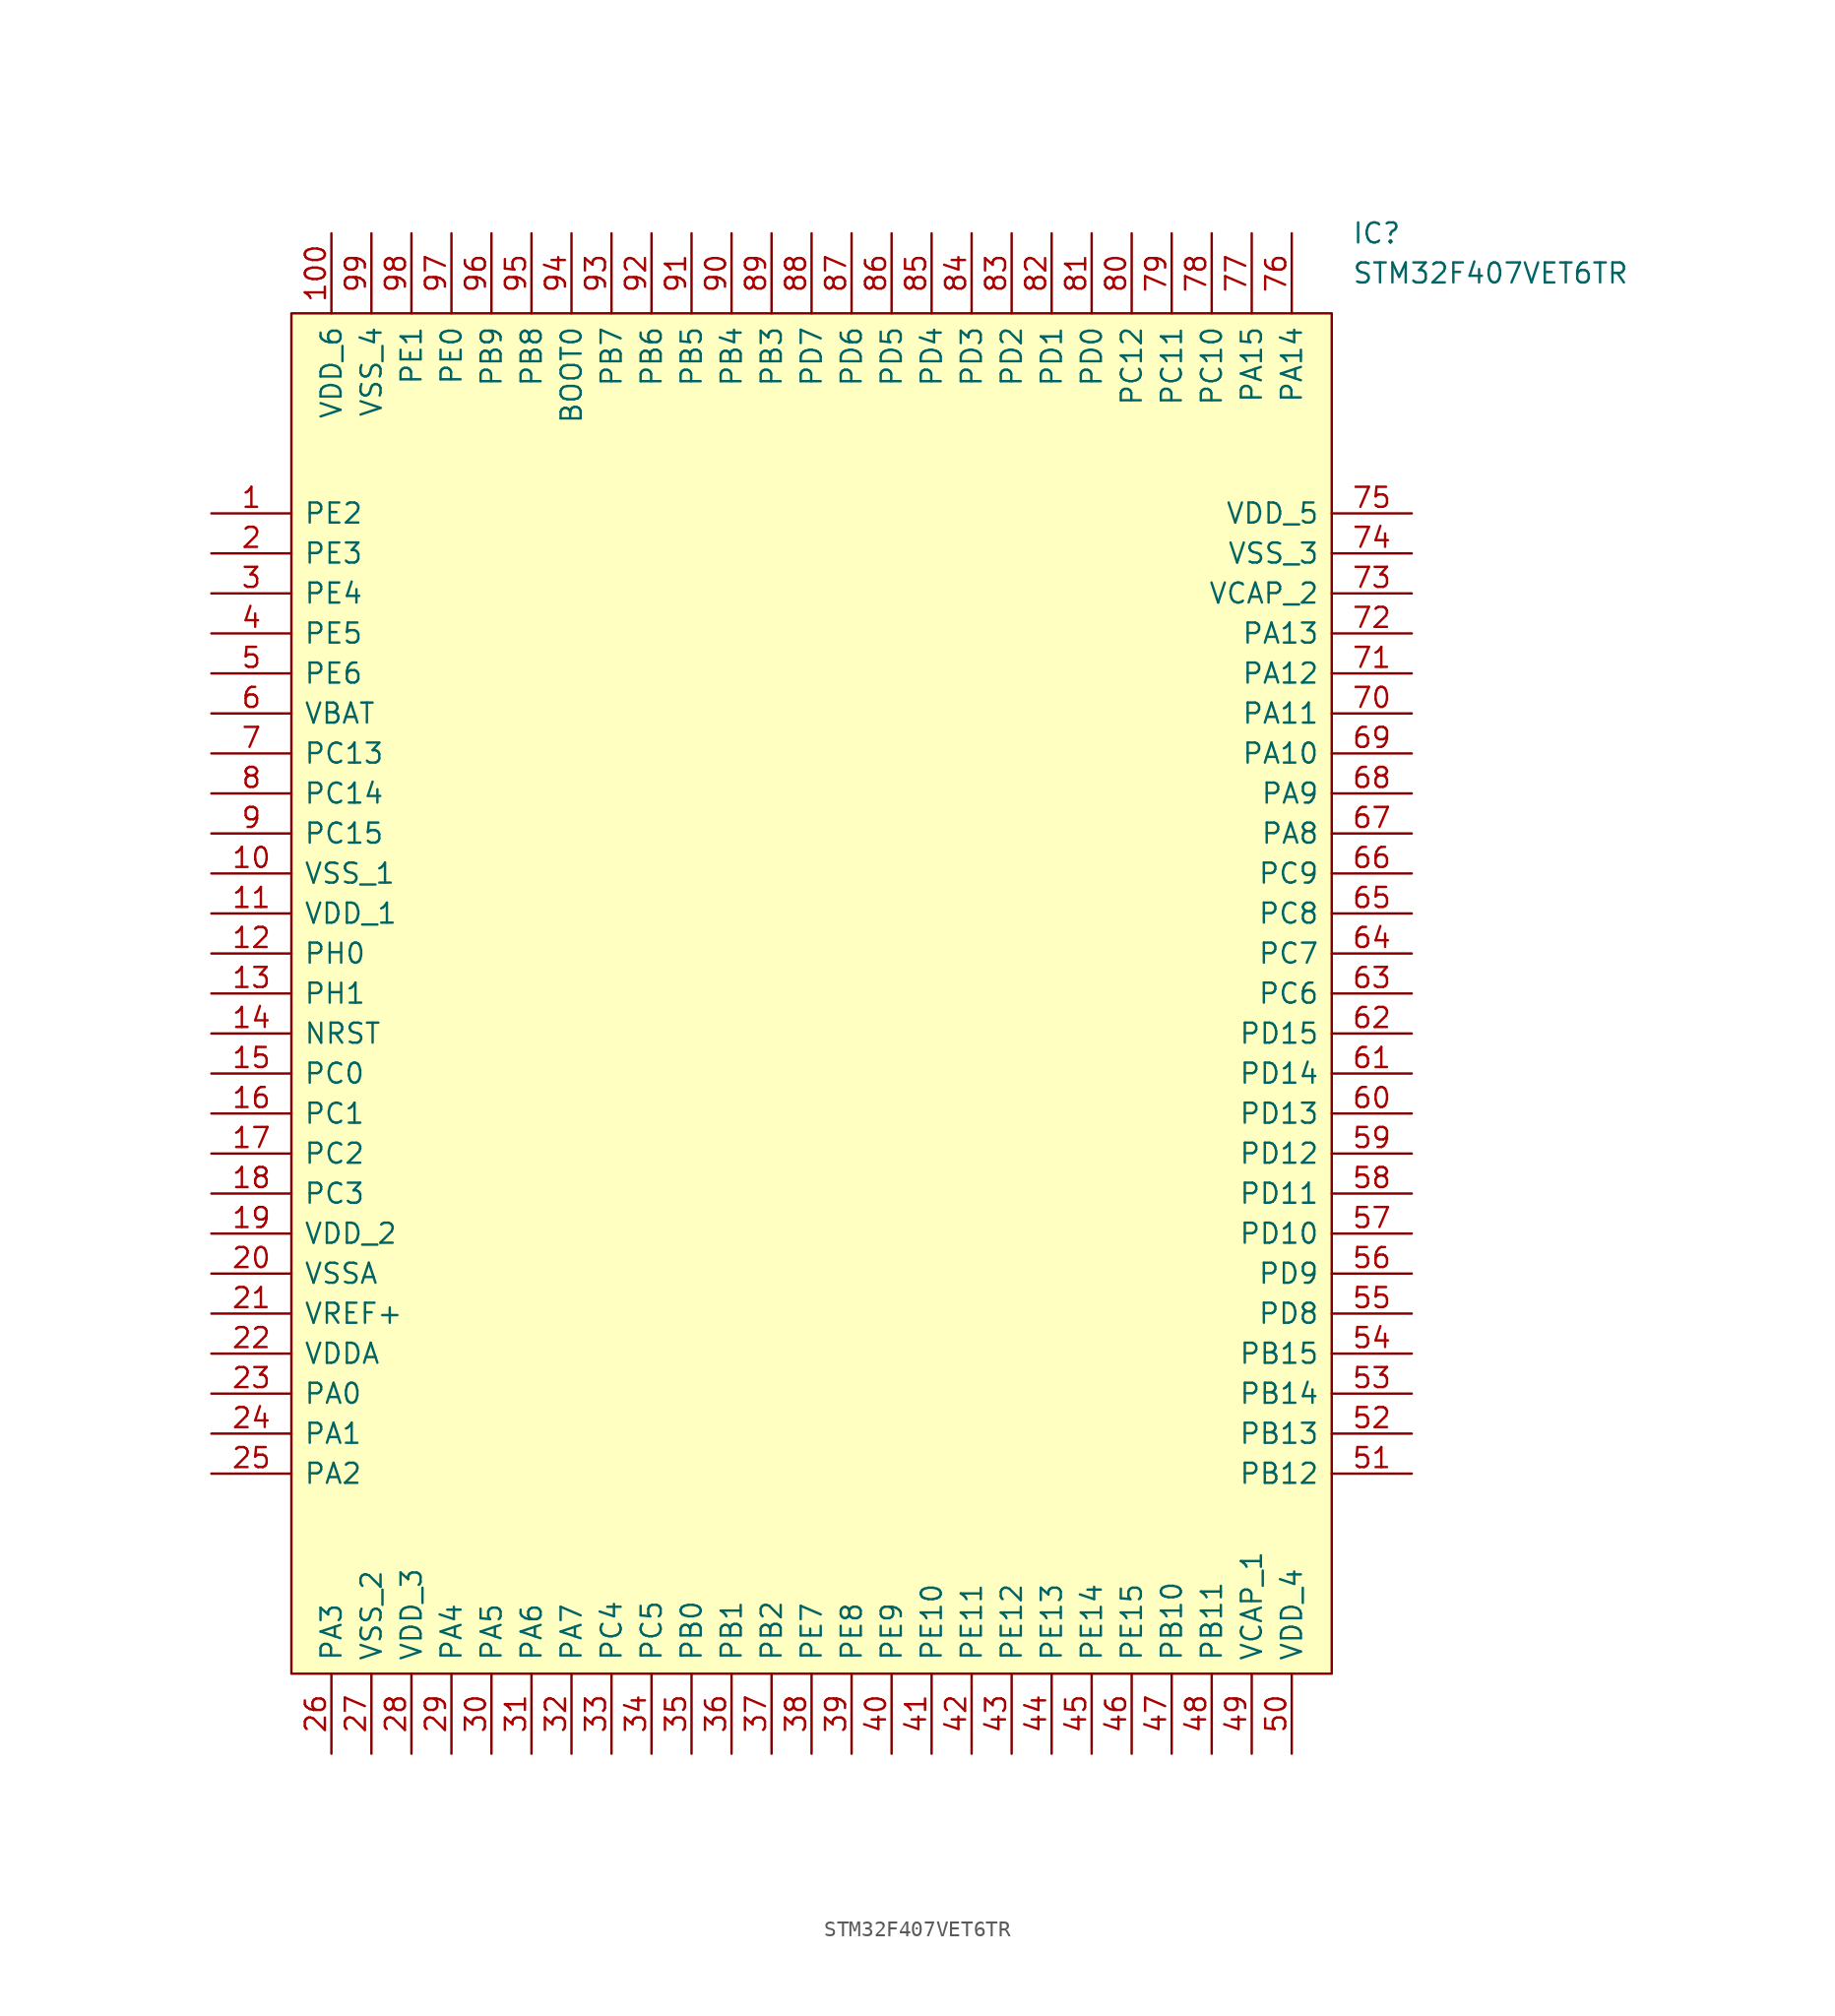
<source format=kicad_sym>
(kicad_symbol_lib
  (version 20220914)
  (generator kicad_symbol_editor)
  (symbol "STM32F407VET6TR"
    (pin_names
      (offset 0.762))
    (property "Reference" "IC"
      (at 72.39 17.78 0)
      (effects (font (size 1.27 1.27)) (justify left)))
    (property "Value" "STM32F407VET6TR"
      (at 72.39 15.24 0)
      (effects (font (size 1.27 1.27)) (justify left)))
    (symbol "STM32F407VET6TR_0_0"
      (pin passive line (at 0 0 0) (length 5.08) (name "PE2" (effects (font (size 1.27 1.27)))) (number "1" (effects (font (size 1.27 1.27)))))
      (pin passive line (at 0 -22.86 0) (length 5.08) (name "VSS_1" (effects (font (size 1.27 1.27)))) (number "10" (effects (font (size 1.27 1.27)))))
      (pin passive line (at 7.62 17.78 270) (length 5.08) (name "VDD_6" (effects (font (size 1.27 1.27)))) (number "100" (effects (font (size 1.27 1.27)))))
      (pin passive line (at 0 -25.4 0) (length 5.08) (name "VDD_1" (effects (font (size 1.27 1.27)))) (number "11" (effects (font (size 1.27 1.27)))))
      (pin passive line (at 0 -27.94 0) (length 5.08) (name "PH0" (effects (font (size 1.27 1.27)))) (number "12" (effects (font (size 1.27 1.27)))))
      (pin passive line (at 0 -30.48 0) (length 5.08) (name "PH1" (effects (font (size 1.27 1.27)))) (number "13" (effects (font (size 1.27 1.27)))))
      (pin passive line (at 0 -33.02 0) (length 5.08) (name "NRST" (effects (font (size 1.27 1.27)))) (number "14" (effects (font (size 1.27 1.27)))))
      (pin passive line (at 0 -35.56 0) (length 5.08) (name "PC0" (effects (font (size 1.27 1.27)))) (number "15" (effects (font (size 1.27 1.27)))))
      (pin passive line (at 0 -38.1 0) (length 5.08) (name "PC1" (effects (font (size 1.27 1.27)))) (number "16" (effects (font (size 1.27 1.27)))))
      (pin passive line (at 0 -40.64 0) (length 5.08) (name "PC2" (effects (font (size 1.27 1.27)))) (number "17" (effects (font (size 1.27 1.27)))))
      (pin passive line (at 0 -43.18 0) (length 5.08) (name "PC3" (effects (font (size 1.27 1.27)))) (number "18" (effects (font (size 1.27 1.27)))))
      (pin passive line (at 0 -45.72 0) (length 5.08) (name "VDD_2" (effects (font (size 1.27 1.27)))) (number "19" (effects (font (size 1.27 1.27)))))
      (pin passive line (at 0 -2.54 0) (length 5.08) (name "PE3" (effects (font (size 1.27 1.27)))) (number "2" (effects (font (size 1.27 1.27)))))
      (pin passive line (at 0 -48.26 0) (length 5.08) (name "VSSA" (effects (font (size 1.27 1.27)))) (number "20" (effects (font (size 1.27 1.27)))))
      (pin passive line (at 0 -50.8 0) (length 5.08) (name "VREF+" (effects (font (size 1.27 1.27)))) (number "21" (effects (font (size 1.27 1.27)))))
      (pin passive line (at 0 -53.34 0) (length 5.08) (name "VDDA" (effects (font (size 1.27 1.27)))) (number "22" (effects (font (size 1.27 1.27)))))
      (pin passive line (at 0 -55.88 0) (length 5.08) (name "PA0" (effects (font (size 1.27 1.27)))) (number "23" (effects (font (size 1.27 1.27)))))
      (pin passive line (at 0 -58.42 0) (length 5.08) (name "PA1" (effects (font (size 1.27 1.27)))) (number "24" (effects (font (size 1.27 1.27)))))
      (pin passive line (at 0 -60.96 0) (length 5.08) (name "PA2" (effects (font (size 1.27 1.27)))) (number "25" (effects (font (size 1.27 1.27)))))
      (pin passive line (at 7.62 -78.74 90) (length 5.08) (name "PA3" (effects (font (size 1.27 1.27)))) (number "26" (effects (font (size 1.27 1.27)))))
      (pin passive line (at 10.16 -78.74 90) (length 5.08) (name "VSS_2" (effects (font (size 1.27 1.27)))) (number "27" (effects (font (size 1.27 1.27)))))
      (pin passive line (at 12.7 -78.74 90) (length 5.08) (name "VDD_3" (effects (font (size 1.27 1.27)))) (number "28" (effects (font (size 1.27 1.27)))))
      (pin passive line (at 15.24 -78.74 90) (length 5.08) (name "PA4" (effects (font (size 1.27 1.27)))) (number "29" (effects (font (size 1.27 1.27)))))
      (pin passive line (at 0 -5.08 0) (length 5.08) (name "PE4" (effects (font (size 1.27 1.27)))) (number "3" (effects (font (size 1.27 1.27)))))
      (pin passive line (at 17.78 -78.74 90) (length 5.08) (name "PA5" (effects (font (size 1.27 1.27)))) (number "30" (effects (font (size 1.27 1.27)))))
      (pin passive line (at 20.32 -78.74 90) (length 5.08) (name "PA6" (effects (font (size 1.27 1.27)))) (number "31" (effects (font (size 1.27 1.27)))))
      (pin passive line (at 22.86 -78.74 90) (length 5.08) (name "PA7" (effects (font (size 1.27 1.27)))) (number "32" (effects (font (size 1.27 1.27)))))
      (pin passive line (at 25.4 -78.74 90) (length 5.08) (name "PC4" (effects (font (size 1.27 1.27)))) (number "33" (effects (font (size 1.27 1.27)))))
      (pin passive line (at 27.94 -78.74 90) (length 5.08) (name "PC5" (effects (font (size 1.27 1.27)))) (number "34" (effects (font (size 1.27 1.27)))))
      (pin passive line (at 30.48 -78.74 90) (length 5.08) (name "PB0" (effects (font (size 1.27 1.27)))) (number "35" (effects (font (size 1.27 1.27)))))
      (pin passive line (at 33.02 -78.74 90) (length 5.08) (name "PB1" (effects (font (size 1.27 1.27)))) (number "36" (effects (font (size 1.27 1.27)))))
      (pin passive line (at 35.56 -78.74 90) (length 5.08) (name "PB2" (effects (font (size 1.27 1.27)))) (number "37" (effects (font (size 1.27 1.27)))))
      (pin passive line (at 38.1 -78.74 90) (length 5.08) (name "PE7" (effects (font (size 1.27 1.27)))) (number "38" (effects (font (size 1.27 1.27)))))
      (pin passive line (at 40.64 -78.74 90) (length 5.08) (name "PE8" (effects (font (size 1.27 1.27)))) (number "39" (effects (font (size 1.27 1.27)))))
      (pin passive line (at 0 -7.62 0) (length 5.08) (name "PE5" (effects (font (size 1.27 1.27)))) (number "4" (effects (font (size 1.27 1.27)))))
      (pin passive line (at 43.18 -78.74 90) (length 5.08) (name "PE9" (effects (font (size 1.27 1.27)))) (number "40" (effects (font (size 1.27 1.27)))))
      (pin passive line (at 45.72 -78.74 90) (length 5.08) (name "PE10" (effects (font (size 1.27 1.27)))) (number "41" (effects (font (size 1.27 1.27)))))
      (pin passive line (at 48.26 -78.74 90) (length 5.08) (name "PE11" (effects (font (size 1.27 1.27)))) (number "42" (effects (font (size 1.27 1.27)))))
      (pin passive line (at 50.8 -78.74 90) (length 5.08) (name "PE12" (effects (font (size 1.27 1.27)))) (number "43" (effects (font (size 1.27 1.27)))))
      (pin passive line (at 53.34 -78.74 90) (length 5.08) (name "PE13" (effects (font (size 1.27 1.27)))) (number "44" (effects (font (size 1.27 1.27)))))
      (pin passive line (at 55.88 -78.74 90) (length 5.08) (name "PE14" (effects (font (size 1.27 1.27)))) (number "45" (effects (font (size 1.27 1.27)))))
      (pin passive line (at 58.42 -78.74 90) (length 5.08) (name "PE15" (effects (font (size 1.27 1.27)))) (number "46" (effects (font (size 1.27 1.27)))))
      (pin passive line (at 60.96 -78.74 90) (length 5.08) (name "PB10" (effects (font (size 1.27 1.27)))) (number "47" (effects (font (size 1.27 1.27)))))
      (pin passive line (at 63.5 -78.74 90) (length 5.08) (name "PB11" (effects (font (size 1.27 1.27)))) (number "48" (effects (font (size 1.27 1.27)))))
      (pin passive line (at 66.04 -78.74 90) (length 5.08) (name "VCAP_1" (effects (font (size 1.27 1.27)))) (number "49" (effects (font (size 1.27 1.27)))))
      (pin passive line (at 0 -10.16 0) (length 5.08) (name "PE6" (effects (font (size 1.27 1.27)))) (number "5" (effects (font (size 1.27 1.27)))))
      (pin passive line (at 68.58 -78.74 90) (length 5.08) (name "VDD_4" (effects (font (size 1.27 1.27)))) (number "50" (effects (font (size 1.27 1.27)))))
      (pin passive line (at 76.2 -60.96 180) (length 5.08) (name "PB12" (effects (font (size 1.27 1.27)))) (number "51" (effects (font (size 1.27 1.27)))))
      (pin passive line (at 76.2 -58.42 180) (length 5.08) (name "PB13" (effects (font (size 1.27 1.27)))) (number "52" (effects (font (size 1.27 1.27)))))
      (pin passive line (at 76.2 -55.88 180) (length 5.08) (name "PB14" (effects (font (size 1.27 1.27)))) (number "53" (effects (font (size 1.27 1.27)))))
      (pin passive line (at 76.2 -53.34 180) (length 5.08) (name "PB15" (effects (font (size 1.27 1.27)))) (number "54" (effects (font (size 1.27 1.27)))))
      (pin passive line (at 76.2 -50.8 180) (length 5.08) (name "PD8" (effects (font (size 1.27 1.27)))) (number "55" (effects (font (size 1.27 1.27)))))
      (pin passive line (at 76.2 -48.26 180) (length 5.08) (name "PD9" (effects (font (size 1.27 1.27)))) (number "56" (effects (font (size 1.27 1.27)))))
      (pin passive line (at 76.2 -45.72 180) (length 5.08) (name "PD10" (effects (font (size 1.27 1.27)))) (number "57" (effects (font (size 1.27 1.27)))))
      (pin passive line (at 76.2 -43.18 180) (length 5.08) (name "PD11" (effects (font (size 1.27 1.27)))) (number "58" (effects (font (size 1.27 1.27)))))
      (pin passive line (at 76.2 -40.64 180) (length 5.08) (name "PD12" (effects (font (size 1.27 1.27)))) (number "59" (effects (font (size 1.27 1.27)))))
      (pin passive line (at 0 -12.7 0) (length 5.08) (name "VBAT" (effects (font (size 1.27 1.27)))) (number "6" (effects (font (size 1.27 1.27)))))
      (pin passive line (at 76.2 -38.1 180) (length 5.08) (name "PD13" (effects (font (size 1.27 1.27)))) (number "60" (effects (font (size 1.27 1.27)))))
      (pin passive line (at 76.2 -35.56 180) (length 5.08) (name "PD14" (effects (font (size 1.27 1.27)))) (number "61" (effects (font (size 1.27 1.27)))))
      (pin passive line (at 76.2 -33.02 180) (length 5.08) (name "PD15" (effects (font (size 1.27 1.27)))) (number "62" (effects (font (size 1.27 1.27)))))
      (pin passive line (at 76.2 -30.48 180) (length 5.08) (name "PC6" (effects (font (size 1.27 1.27)))) (number "63" (effects (font (size 1.27 1.27)))))
      (pin passive line (at 76.2 -27.94 180) (length 5.08) (name "PC7" (effects (font (size 1.27 1.27)))) (number "64" (effects (font (size 1.27 1.27)))))
      (pin passive line (at 76.2 -25.4 180) (length 5.08) (name "PC8" (effects (font (size 1.27 1.27)))) (number "65" (effects (font (size 1.27 1.27)))))
      (pin passive line (at 76.2 -22.86 180) (length 5.08) (name "PC9" (effects (font (size 1.27 1.27)))) (number "66" (effects (font (size 1.27 1.27)))))
      (pin passive line (at 76.2 -20.32 180) (length 5.08) (name "PA8" (effects (font (size 1.27 1.27)))) (number "67" (effects (font (size 1.27 1.27)))))
      (pin passive line (at 76.2 -17.78 180) (length 5.08) (name "PA9" (effects (font (size 1.27 1.27)))) (number "68" (effects (font (size 1.27 1.27)))))
      (pin passive line (at 76.2 -15.24 180) (length 5.08) (name "PA10" (effects (font (size 1.27 1.27)))) (number "69" (effects (font (size 1.27 1.27)))))
      (pin passive line (at 0 -15.24 0) (length 5.08) (name "PC13" (effects (font (size 1.27 1.27)))) (number "7" (effects (font (size 1.27 1.27)))))
      (pin passive line (at 76.2 -12.7 180) (length 5.08) (name "PA11" (effects (font (size 1.27 1.27)))) (number "70" (effects (font (size 1.27 1.27)))))
      (pin passive line (at 76.2 -10.16 180) (length 5.08) (name "PA12" (effects (font (size 1.27 1.27)))) (number "71" (effects (font (size 1.27 1.27)))))
      (pin passive line (at 76.2 -7.62 180) (length 5.08) (name "PA13" (effects (font (size 1.27 1.27)))) (number "72" (effects (font (size 1.27 1.27)))))
      (pin passive line (at 76.2 -5.08 180) (length 5.08) (name "VCAP_2" (effects (font (size 1.27 1.27)))) (number "73" (effects (font (size 1.27 1.27)))))
      (pin passive line (at 76.2 -2.54 180) (length 5.08) (name "VSS_3" (effects (font (size 1.27 1.27)))) (number "74" (effects (font (size 1.27 1.27)))))
      (pin passive line (at 76.2 0 180) (length 5.08) (name "VDD_5" (effects (font (size 1.27 1.27)))) (number "75" (effects (font (size 1.27 1.27)))))
      (pin passive line (at 68.58 17.78 270) (length 5.08) (name "PA14" (effects (font (size 1.27 1.27)))) (number "76" (effects (font (size 1.27 1.27)))))
      (pin passive line (at 66.04 17.78 270) (length 5.08) (name "PA15" (effects (font (size 1.27 1.27)))) (number "77" (effects (font (size 1.27 1.27)))))
      (pin passive line (at 63.5 17.78 270) (length 5.08) (name "PC10" (effects (font (size 1.27 1.27)))) (number "78" (effects (font (size 1.27 1.27)))))
      (pin passive line (at 60.96 17.78 270) (length 5.08) (name "PC11" (effects (font (size 1.27 1.27)))) (number "79" (effects (font (size 1.27 1.27)))))
      (pin passive line (at 0 -17.78 0) (length 5.08) (name "PC14" (effects (font (size 1.27 1.27)))) (number "8" (effects (font (size 1.27 1.27)))))
      (pin passive line (at 58.42 17.78 270) (length 5.08) (name "PC12" (effects (font (size 1.27 1.27)))) (number "80" (effects (font (size 1.27 1.27)))))
      (pin passive line (at 55.88 17.78 270) (length 5.08) (name "PD0" (effects (font (size 1.27 1.27)))) (number "81" (effects (font (size 1.27 1.27)))))
      (pin passive line (at 53.34 17.78 270) (length 5.08) (name "PD1" (effects (font (size 1.27 1.27)))) (number "82" (effects (font (size 1.27 1.27)))))
      (pin passive line (at 50.8 17.78 270) (length 5.08) (name "PD2" (effects (font (size 1.27 1.27)))) (number "83" (effects (font (size 1.27 1.27)))))
      (pin passive line (at 48.26 17.78 270) (length 5.08) (name "PD3" (effects (font (size 1.27 1.27)))) (number "84" (effects (font (size 1.27 1.27)))))
      (pin passive line (at 45.72 17.78 270) (length 5.08) (name "PD4" (effects (font (size 1.27 1.27)))) (number "85" (effects (font (size 1.27 1.27)))))
      (pin passive line (at 43.18 17.78 270) (length 5.08) (name "PD5" (effects (font (size 1.27 1.27)))) (number "86" (effects (font (size 1.27 1.27)))))
      (pin passive line (at 40.64 17.78 270) (length 5.08) (name "PD6" (effects (font (size 1.27 1.27)))) (number "87" (effects (font (size 1.27 1.27)))))
      (pin passive line (at 38.1 17.78 270) (length 5.08) (name "PD7" (effects (font (size 1.27 1.27)))) (number "88" (effects (font (size 1.27 1.27)))))
      (pin passive line (at 35.56 17.78 270) (length 5.08) (name "PB3" (effects (font (size 1.27 1.27)))) (number "89" (effects (font (size 1.27 1.27)))))
      (pin passive line (at 0 -20.32 0) (length 5.08) (name "PC15" (effects (font (size 1.27 1.27)))) (number "9" (effects (font (size 1.27 1.27)))))
      (pin passive line (at 33.02 17.78 270) (length 5.08) (name "PB4" (effects (font (size 1.27 1.27)))) (number "90" (effects (font (size 1.27 1.27)))))
      (pin passive line (at 30.48 17.78 270) (length 5.08) (name "PB5" (effects (font (size 1.27 1.27)))) (number "91" (effects (font (size 1.27 1.27)))))
      (pin passive line (at 27.94 17.78 270) (length 5.08) (name "PB6" (effects (font (size 1.27 1.27)))) (number "92" (effects (font (size 1.27 1.27)))))
      (pin passive line (at 25.4 17.78 270) (length 5.08) (name "PB7" (effects (font (size 1.27 1.27)))) (number "93" (effects (font (size 1.27 1.27)))))
      (pin passive line (at 22.86 17.78 270) (length 5.08) (name "BOOT0" (effects (font (size 1.27 1.27)))) (number "94" (effects (font (size 1.27 1.27)))))
      (pin passive line (at 20.32 17.78 270) (length 5.08) (name "PB8" (effects (font (size 1.27 1.27)))) (number "95" (effects (font (size 1.27 1.27)))))
      (pin passive line (at 17.78 17.78 270) (length 5.08) (name "PB9" (effects (font (size 1.27 1.27)))) (number "96" (effects (font (size 1.27 1.27)))))
      (pin passive line (at 15.24 17.78 270) (length 5.08) (name "PE0" (effects (font (size 1.27 1.27)))) (number "97" (effects (font (size 1.27 1.27)))))
      (pin passive line (at 12.7 17.78 270) (length 5.08) (name "PE1" (effects (font (size 1.27 1.27)))) (number "98" (effects (font (size 1.27 1.27)))))
      (pin passive line (at 10.16 17.78 270) (length 5.08) (name "VSS_4" (effects (font (size 1.27 1.27)))) (number "99" (effects (font (size 1.27 1.27))))))
    (symbol "STM32F407VET6TR_0_1"
      (polyline (pts (xy 5.08 12.7) (xy 71.12 12.7) (xy 71.12 -73.66) (xy 5.08 -73.66) (xy 5.08 12.7)) (stroke (width 0.152) (type solid)) (fill (type background))))))
</source>
